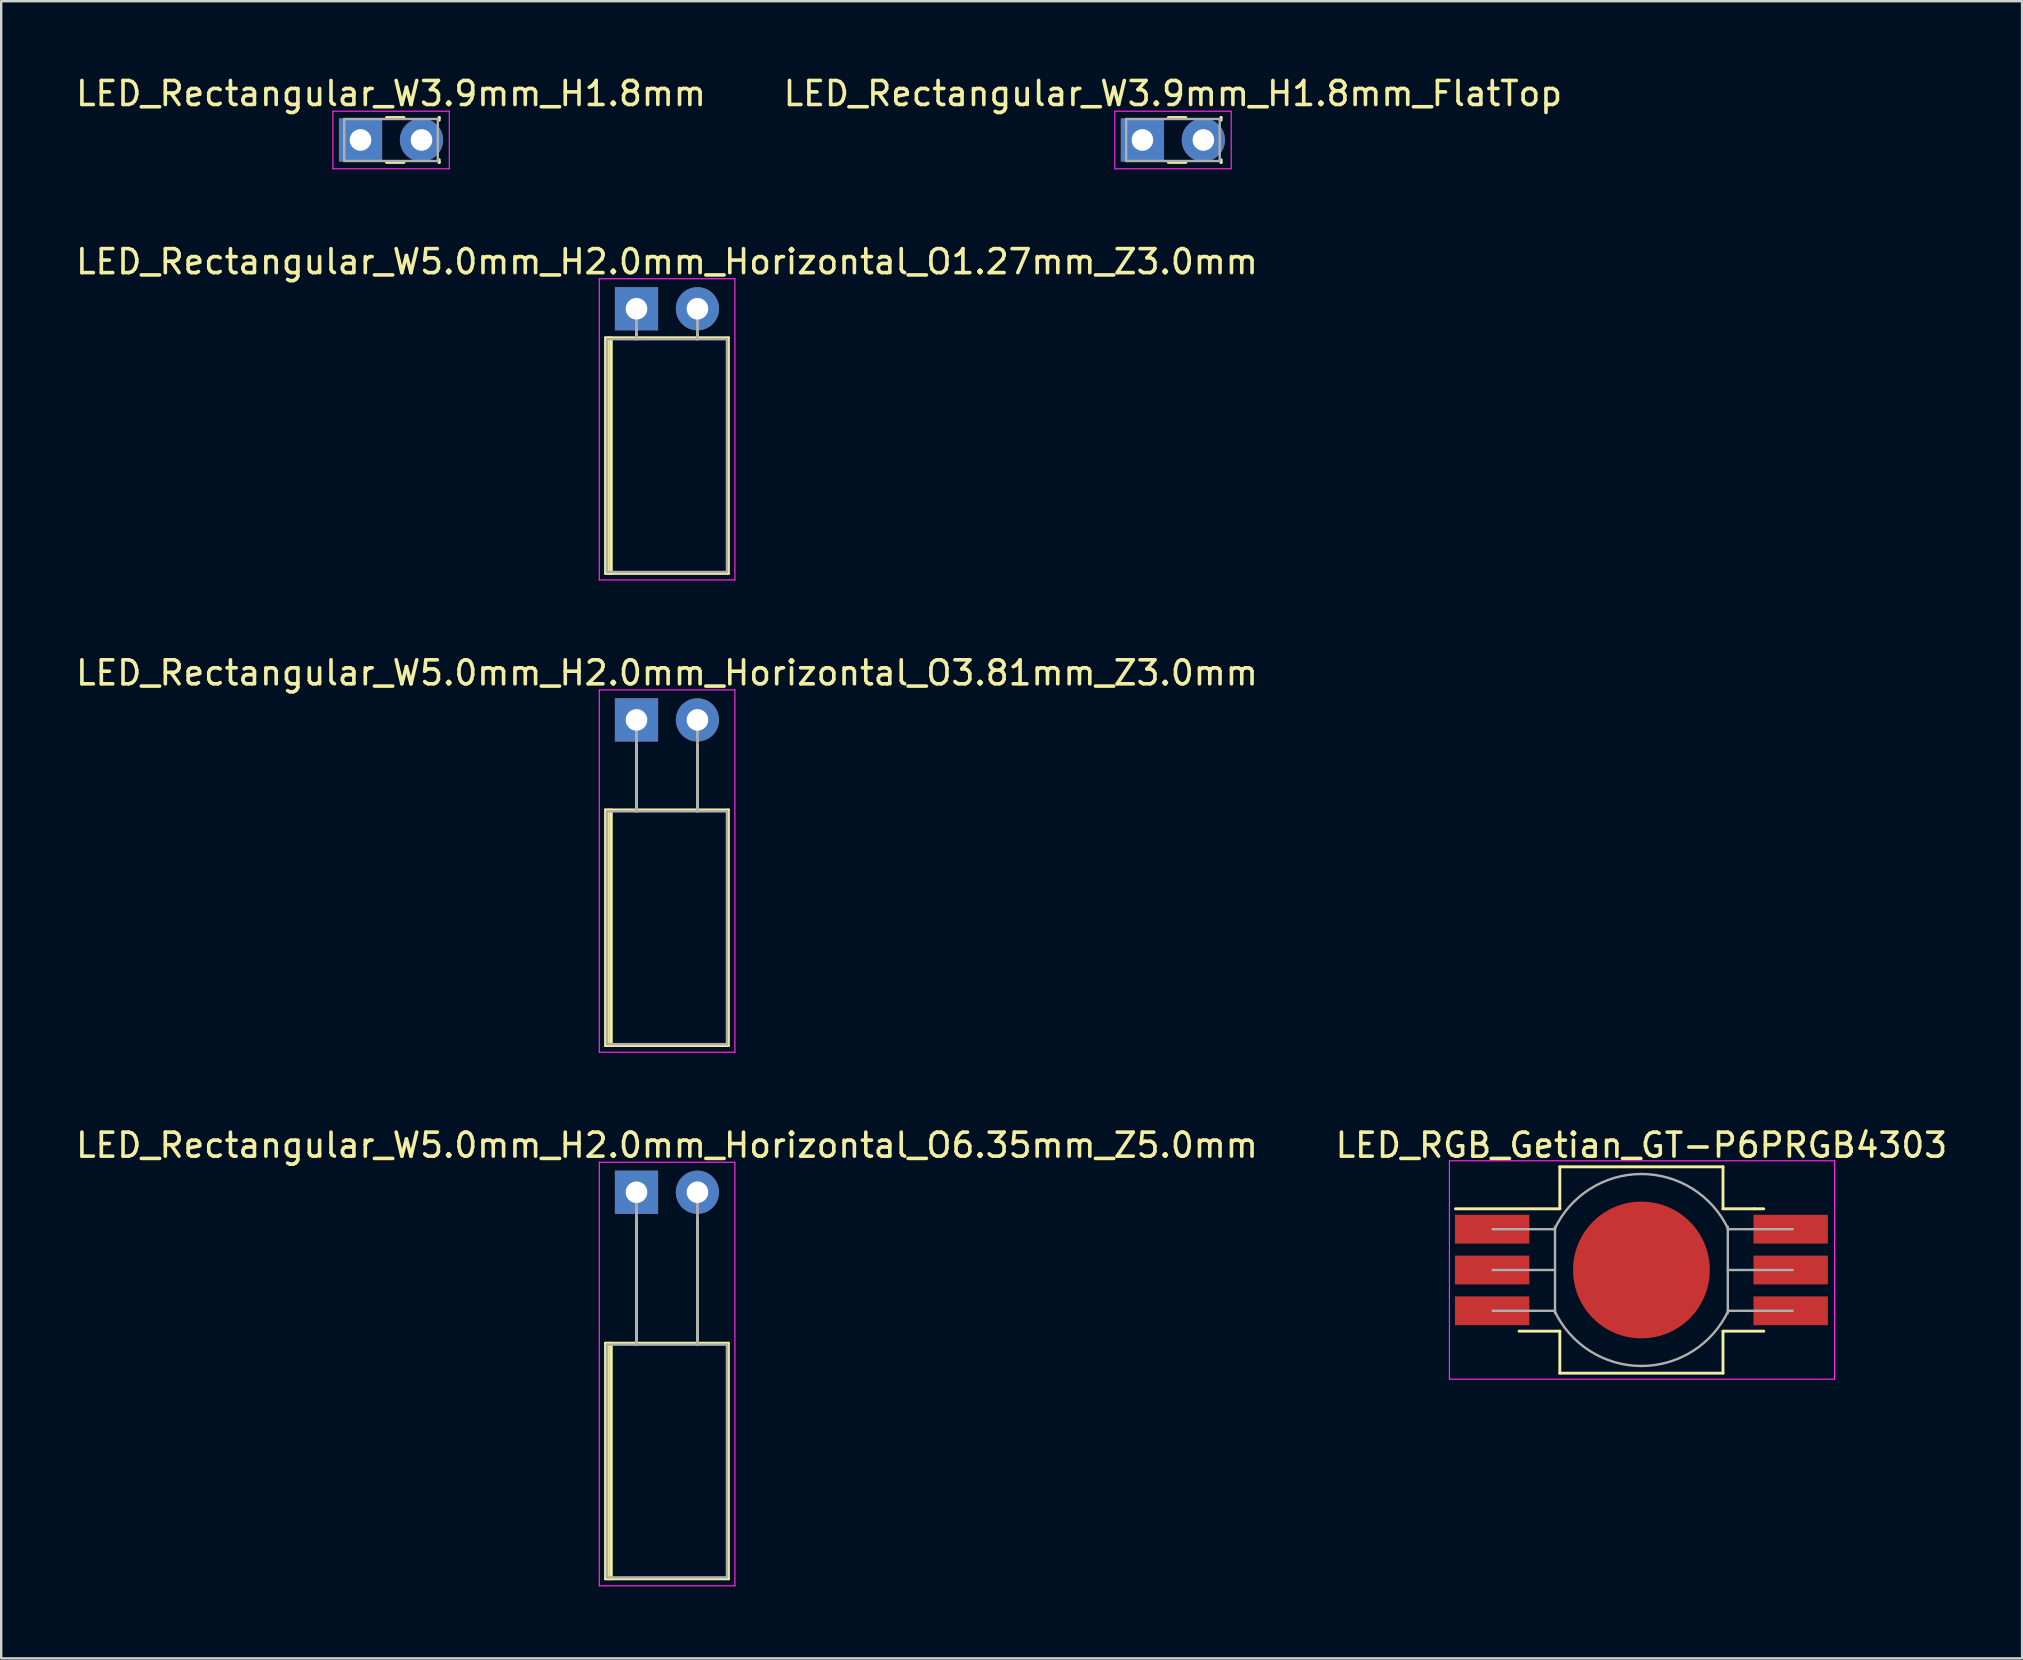
<source format=kicad_pcb>
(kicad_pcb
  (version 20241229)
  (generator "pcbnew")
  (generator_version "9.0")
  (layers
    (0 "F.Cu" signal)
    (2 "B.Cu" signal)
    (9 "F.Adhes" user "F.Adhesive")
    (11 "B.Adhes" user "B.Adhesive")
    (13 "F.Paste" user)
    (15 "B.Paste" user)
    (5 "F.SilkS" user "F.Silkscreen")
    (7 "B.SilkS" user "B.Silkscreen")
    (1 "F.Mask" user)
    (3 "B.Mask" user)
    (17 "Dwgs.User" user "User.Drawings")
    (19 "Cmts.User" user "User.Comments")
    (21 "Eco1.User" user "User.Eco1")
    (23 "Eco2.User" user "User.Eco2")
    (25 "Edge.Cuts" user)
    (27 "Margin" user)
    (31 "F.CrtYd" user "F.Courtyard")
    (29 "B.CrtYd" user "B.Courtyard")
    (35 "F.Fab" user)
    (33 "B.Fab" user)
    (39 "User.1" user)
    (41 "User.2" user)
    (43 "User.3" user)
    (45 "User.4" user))
  (footprint "LED_RGB_Getian_GT-P6PRGB4303"
    (layer "F.Cu")
    (at 65.351 49.873)
    (property "Reference" "LED_RGB_Getian_GT-P6PRGB4303" (at 0 -5.2 0) (layer "F.SilkS") (effects (font (size 1 1) (thickness 0.15))))
    (attr smd)
    (fp_line (start -7.75 -2.55) (end -3.4 -2.55) (stroke (width 0.12) (type solid)) (layer "F.SilkS"))
    (fp_line (start -5.1 2.55) (end -3.4 2.55) (stroke (width 0.12) (type solid)) (layer "F.SilkS"))
    (fp_line (start -3.4 -4.3) (end -3.4 -2.55) (stroke (width 0.12) (type solid)) (layer "F.SilkS"))
    (fp_line (start -3.4 2.55) (end -3.4 4.3) (stroke (width 0.12) (type solid)) (layer "F.SilkS"))
    (fp_line (start 3.4 -4.3) (end -3.4 -4.3) (stroke (width 0.12) (type solid)) (layer "F.SilkS"))
    (fp_line (start 3.4 -4.3) (end 3.4 -2.55) (stroke (width 0.12) (type solid)) (layer "F.SilkS"))
    (fp_line (start 3.4 -2.55) (end 4.7 -2.55) (stroke (width 0.12) (type solid)) (layer "F.SilkS"))
    (fp_line (start 3.4 2.55) (end 3.4 4.3) (stroke (width 0.12) (type solid)) (layer "F.SilkS"))
    (fp_line (start 3.4 4.3) (end -3.4 4.3) (stroke (width 0.12) (type solid)) (layer "F.SilkS"))
    (fp_line (start 4.7 -2.55) (end 5.1 -2.55) (stroke (width 0.12) (type solid)) (layer "F.SilkS"))
    (fp_line (start 5.1 2.55) (end 3.4 2.55) (stroke (width 0.12) (type solid)) (layer "F.SilkS"))
    (fp_line (start -8 -4.55) (end -8 4.55) (stroke (width 0.05) (type solid)) (layer "F.CrtYd"))
    (fp_line (start -8 -4.55) (end 8.05 -4.55) (stroke (width 0.05) (type solid)) (layer "F.CrtYd"))
    (fp_line (start -8 4.55) (end 8.05 4.55) (stroke (width 0.05) (type solid)) (layer "F.CrtYd"))
    (fp_line (start 8.05 -4.55) (end 8.05 4.55) (stroke (width 0.05) (type solid)) (layer "F.CrtYd"))
    (fp_line (start -6.2 0) (end -3.6 0) (stroke (width 0.1) (type solid)) (layer "F.Fab"))
    (fp_line (start -3.6 -1.7) (end -6.2 -1.7) (stroke (width 0.1) (type solid)) (layer "F.Fab"))
    (fp_line (start -3.6 1.7) (end -6.2 1.7) (stroke (width 0.1) (type solid)) (layer "F.Fab"))
    (fp_line (start -3.6 1.8) (end -3.6 -1.8) (stroke (width 0.1) (type solid)) (layer "F.Fab"))
    (fp_line (start 3.6 -1.8) (end 3.6 1.8) (stroke (width 0.1) (type solid)) (layer "F.Fab"))
    (fp_line (start 3.6 -1.7) (end 6.3 -1.7) (stroke (width 0.1) (type solid)) (layer "F.Fab"))
    (fp_line (start 3.6 1.7) (end 6.3 1.7) (stroke (width 0.1) (type solid)) (layer "F.Fab"))
    (fp_line (start 6.3 0) (end 3.6 0) (stroke (width 0.1) (type solid)) (layer "F.Fab"))
    (fp_arc (start -3.625231 -1.690473) (mid -2.149198 -3.373566) (end 0 -4) (stroke (width 0.1) (type solid)) (layer "F.Fab"))
    (fp_arc (start 0 -4) (mid 2.149198 -3.373566) (end 3.625231 -1.690473) (stroke (width 0.1) (type solid)) (layer "F.Fab"))
    (fp_arc (start 0 4) (mid -2.149198 3.373566) (end -3.625231 1.690473) (stroke (width 0.1) (type solid)) (layer "F.Fab"))
    (fp_arc (start 3.625231 1.690473) (mid 2.149198 3.373566) (end 0 4) (stroke (width 0.1) (type solid)) (layer "F.Fab"))
    (pad "1" smd rect (at -6.22 -1.7) (size 3.1 1.2) (layers "F.Cu" "F.Mask" "F.Paste"))
    (pad "2" smd rect (at -6.22 0) (size 3.1 1.2) (layers "F.Cu" "F.Mask" "F.Paste"))
    (pad "3" smd rect (at -6.22 1.7) (size 3.1 1.2) (layers "F.Cu" "F.Mask" "F.Paste"))
    (pad "4" smd rect (at 6.22 1.7 180) (size 3.1 1.2) (layers "F.Cu" "F.Mask" "F.Paste"))
    (pad "5" smd rect (at 6.22 0 180) (size 3.1 1.2) (layers "F.Cu" "F.Mask" "F.Paste"))
    (pad "6" smd rect (at 6.22 -1.7 180) (size 3.1 1.2) (layers "F.Cu" "F.Mask" "F.Paste"))
    (pad "PAD" smd circle (at 0 0) (size 5.7 5.7) (layers "F.Cu" "F.Mask" "F.Paste")))
  (footprint "LED_Rectangular_W3.9mm_H1.8mm"
    (layer "F.Cu")
    (at 11.974 2.783)
    (property "Reference" "LED_Rectangular_W3.9mm_H1.8mm" (at 1.27 -1.935 0) (layer "F.SilkS") (effects (font (size 1 1) (thickness 0.15))))
    (attr through_hole)
    (fp_line (start 1.08 -0.935) (end 1.811 -0.935) (stroke (width 0.12) (type solid)) (layer "F.SilkS"))
    (fp_line (start 1.08 0.935) (end 1.811 0.935) (stroke (width 0.12) (type solid)) (layer "F.SilkS"))
    (fp_line (start 3.27 -0.935) (end 3.28 -0.935) (stroke (width 0.12) (type solid)) (layer "F.SilkS"))
    (fp_line (start 3.27 0.935) (end 3.28 0.935) (stroke (width 0.12) (type solid)) (layer "F.SilkS"))
    (fp_line (start 3.28 -0.935) (end 3.28 -0.825) (stroke (width 0.12) (type solid)) (layer "F.SilkS"))
    (fp_line (start 3.28 0.825) (end 3.28 0.935) (stroke (width 0.12) (type solid)) (layer "F.SilkS"))
    (fp_line (start -1.15 -1.2) (end -1.15 1.2) (stroke (width 0.05) (type solid)) (layer "F.CrtYd"))
    (fp_line (start -1.15 1.2) (end 3.7 1.2) (stroke (width 0.05) (type solid)) (layer "F.CrtYd"))
    (fp_line (start 3.7 -1.2) (end -1.15 -1.2) (stroke (width 0.05) (type solid)) (layer "F.CrtYd"))
    (fp_line (start 3.7 1.2) (end 3.7 -1.2) (stroke (width 0.05) (type solid)) (layer "F.CrtYd"))
    (fp_line (start -0.68 -0.875) (end -0.68 0.875) (stroke (width 0.1) (type solid)) (layer "F.Fab"))
    (fp_line (start -0.68 0.875) (end 3.22 0.875) (stroke (width 0.1) (type solid)) (layer "F.Fab"))
    (fp_line (start 3.22 -0.875) (end -0.68 -0.875) (stroke (width 0.1) (type solid)) (layer "F.Fab"))
    (fp_line (start 3.22 0.875) (end 3.22 -0.875) (stroke (width 0.1) (type solid)) (layer "F.Fab"))
    (pad "1" thru_hole rect (at 0 0) (size 1.8 1.8) (drill 0.9) (layers "*.Cu" "*.Mask"))
    (pad "2" thru_hole circle (at 2.54 0) (size 1.8 1.8) (drill 0.9) (layers "*.Cu" "*.Mask")))
  (footprint "LED_Rectangular_W5.0mm_H2.0mm_Horizontal_O3.81mm_Z3.0mm"
    (layer "F.Cu")
    (at 23.474 26.95)
    (property "Reference" "LED_Rectangular_W5.0mm_H2.0mm_Horizontal_O3.81mm_Z3.0mm" (at 1.27 -1.96 0) (layer "F.SilkS") (effects (font (size 1 1) (thickness 0.15))))
    (attr through_hole)
    (fp_line (start -1.29 3.75) (end -1.29 13.57) (stroke (width 0.12) (type solid)) (layer "F.SilkS"))
    (fp_line (start -1.29 13.57) (end 3.83 13.57) (stroke (width 0.12) (type solid)) (layer "F.SilkS"))
    (fp_line (start -1.17 3.75) (end -1.17 13.57) (stroke (width 0.12) (type solid)) (layer "F.SilkS"))
    (fp_line (start -1.05 3.75) (end -1.05 13.57) (stroke (width 0.12) (type solid)) (layer "F.SilkS"))
    (fp_line (start 0 1.08) (end 0 1.08) (stroke (width 0.12) (type solid)) (layer "F.SilkS"))
    (fp_line (start 0 1.08) (end 0 3.75) (stroke (width 0.12) (type solid)) (layer "F.SilkS"))
    (fp_line (start 0 3.75) (end 0 1.08) (stroke (width 0.12) (type solid)) (layer "F.SilkS"))
    (fp_line (start 0 3.75) (end 0 3.75) (stroke (width 0.12) (type solid)) (layer "F.SilkS"))
    (fp_line (start 2.54 1.08) (end 2.54 1.08) (stroke (width 0.12) (type solid)) (layer "F.SilkS"))
    (fp_line (start 2.54 1.08) (end 2.54 3.75) (stroke (width 0.12) (type solid)) (layer "F.SilkS"))
    (fp_line (start 2.54 3.75) (end 2.54 1.08) (stroke (width 0.12) (type solid)) (layer "F.SilkS"))
    (fp_line (start 2.54 3.75) (end 2.54 3.75) (stroke (width 0.12) (type solid)) (layer "F.SilkS"))
    (fp_line (start 3.83 3.75) (end -1.29 3.75) (stroke (width 0.12) (type solid)) (layer "F.SilkS"))
    (fp_line (start 3.83 13.57) (end 3.83 3.75) (stroke (width 0.12) (type solid)) (layer "F.SilkS"))
    (fp_line (start -1.55 -1.25) (end -1.55 13.85) (stroke (width 0.05) (type solid)) (layer "F.CrtYd"))
    (fp_line (start -1.55 13.85) (end 4.1 13.85) (stroke (width 0.05) (type solid)) (layer "F.CrtYd"))
    (fp_line (start 4.1 -1.25) (end -1.55 -1.25) (stroke (width 0.05) (type solid)) (layer "F.CrtYd"))
    (fp_line (start 4.1 13.85) (end 4.1 -1.25) (stroke (width 0.05) (type solid)) (layer "F.CrtYd"))
    (fp_line (start -1.23 3.81) (end -1.23 13.51) (stroke (width 0.1) (type solid)) (layer "F.Fab"))
    (fp_line (start -1.23 13.51) (end 3.77 13.51) (stroke (width 0.1) (type solid)) (layer "F.Fab"))
    (fp_line (start 0 0) (end 0 0) (stroke (width 0.1) (type solid)) (layer "F.Fab"))
    (fp_line (start 0 0) (end 0 3.81) (stroke (width 0.1) (type solid)) (layer "F.Fab"))
    (fp_line (start 0 3.81) (end 0 0) (stroke (width 0.1) (type solid)) (layer "F.Fab"))
    (fp_line (start 0 3.81) (end 0 3.81) (stroke (width 0.1) (type solid)) (layer "F.Fab"))
    (fp_line (start 2.54 0) (end 2.54 0) (stroke (width 0.1) (type solid)) (layer "F.Fab"))
    (fp_line (start 2.54 0) (end 2.54 3.81) (stroke (width 0.1) (type solid)) (layer "F.Fab"))
    (fp_line (start 2.54 3.81) (end 2.54 0) (stroke (width 0.1) (type solid)) (layer "F.Fab"))
    (fp_line (start 2.54 3.81) (end 2.54 3.81) (stroke (width 0.1) (type solid)) (layer "F.Fab"))
    (fp_line (start 3.77 3.81) (end -1.23 3.81) (stroke (width 0.1) (type solid)) (layer "F.Fab"))
    (fp_line (start 3.77 13.51) (end 3.77 3.81) (stroke (width 0.1) (type solid)) (layer "F.Fab"))
    (pad "1" thru_hole rect (at 0 0) (size 1.8 1.8) (drill 0.9) (layers "*.Cu" "*.Mask"))
    (pad "2" thru_hole circle (at 2.54 0) (size 1.8 1.8) (drill 0.9) (layers "*.Cu" "*.Mask")))
  (footprint "LED_Rectangular_W3.9mm_H1.8mm_FlatTop"
    (layer "F.Cu")
    (at 44.557 2.783)
    (property "Reference" "LED_Rectangular_W3.9mm_H1.8mm_FlatTop" (at 1.27 -1.935 0) (layer "F.SilkS") (effects (font (size 1 1) (thickness 0.15))))
    (attr through_hole)
    (fp_line (start 1.08 -0.935) (end 1.811 -0.935) (stroke (width 0.12) (type solid)) (layer "F.SilkS"))
    (fp_line (start 1.08 0.935) (end 1.811 0.935) (stroke (width 0.12) (type solid)) (layer "F.SilkS"))
    (fp_line (start 3.27 -0.935) (end 3.28 -0.935) (stroke (width 0.12) (type solid)) (layer "F.SilkS"))
    (fp_line (start 3.27 0.935) (end 3.28 0.935) (stroke (width 0.12) (type solid)) (layer "F.SilkS"))
    (fp_line (start 3.28 -0.935) (end 3.28 -0.825) (stroke (width 0.12) (type solid)) (layer "F.SilkS"))
    (fp_line (start 3.28 0.825) (end 3.28 0.935) (stroke (width 0.12) (type solid)) (layer "F.SilkS"))
    (fp_line (start -1.15 -1.2) (end -1.15 1.2) (stroke (width 0.05) (type solid)) (layer "F.CrtYd"))
    (fp_line (start -1.15 1.2) (end 3.7 1.2) (stroke (width 0.05) (type solid)) (layer "F.CrtYd"))
    (fp_line (start 3.7 -1.2) (end -1.15 -1.2) (stroke (width 0.05) (type solid)) (layer "F.CrtYd"))
    (fp_line (start 3.7 1.2) (end 3.7 -1.2) (stroke (width 0.05) (type solid)) (layer "F.CrtYd"))
    (fp_line (start -0.68 -0.875) (end -0.68 0.875) (stroke (width 0.1) (type solid)) (layer "F.Fab"))
    (fp_line (start -0.68 0.875) (end 3.22 0.875) (stroke (width 0.1) (type solid)) (layer "F.Fab"))
    (fp_line (start 3.22 -0.875) (end -0.68 -0.875) (stroke (width 0.1) (type solid)) (layer "F.Fab"))
    (fp_line (start 3.22 0.875) (end 3.22 -0.875) (stroke (width 0.1) (type solid)) (layer "F.Fab"))
    (pad "1" thru_hole rect (at 0 0) (size 1.8 1.8) (drill 0.9) (layers "*.Cu" "*.Mask"))
    (pad "2" thru_hole circle (at 2.54 0) (size 1.8 1.8) (drill 0.9) (layers "*.Cu" "*.Mask")))
  (footprint "LED_Rectangular_W5.0mm_H2.0mm_Horizontal_O6.35mm_Z5.0mm"
    (layer "F.Cu")
    (at 23.474 46.633)
    (property "Reference" "LED_Rectangular_W5.0mm_H2.0mm_Horizontal_O6.35mm_Z5.0mm" (at 1.27 -1.96 0) (layer "F.SilkS") (effects (font (size 1 1) (thickness 0.15))))
    (attr through_hole)
    (fp_line (start -1.29 6.29) (end -1.29 16.11) (stroke (width 0.12) (type solid)) (layer "F.SilkS"))
    (fp_line (start -1.29 16.11) (end 3.83 16.11) (stroke (width 0.12) (type solid)) (layer "F.SilkS"))
    (fp_line (start -1.17 6.29) (end -1.17 16.11) (stroke (width 0.12) (type solid)) (layer "F.SilkS"))
    (fp_line (start -1.05 6.29) (end -1.05 16.11) (stroke (width 0.12) (type solid)) (layer "F.SilkS"))
    (fp_line (start 0 1.08) (end 0 1.08) (stroke (width 0.12) (type solid)) (layer "F.SilkS"))
    (fp_line (start 0 1.08) (end 0 6.29) (stroke (width 0.12) (type solid)) (layer "F.SilkS"))
    (fp_line (start 0 6.29) (end 0 1.08) (stroke (width 0.12) (type solid)) (layer "F.SilkS"))
    (fp_line (start 0 6.29) (end 0 6.29) (stroke (width 0.12) (type solid)) (layer "F.SilkS"))
    (fp_line (start 2.54 1.08) (end 2.54 1.08) (stroke (width 0.12) (type solid)) (layer "F.SilkS"))
    (fp_line (start 2.54 1.08) (end 2.54 6.29) (stroke (width 0.12) (type solid)) (layer "F.SilkS"))
    (fp_line (start 2.54 6.29) (end 2.54 1.08) (stroke (width 0.12) (type solid)) (layer "F.SilkS"))
    (fp_line (start 2.54 6.29) (end 2.54 6.29) (stroke (width 0.12) (type solid)) (layer "F.SilkS"))
    (fp_line (start 3.83 6.29) (end -1.29 6.29) (stroke (width 0.12) (type solid)) (layer "F.SilkS"))
    (fp_line (start 3.83 16.11) (end 3.83 6.29) (stroke (width 0.12) (type solid)) (layer "F.SilkS"))
    (fp_line (start -1.55 -1.25) (end -1.55 16.4) (stroke (width 0.05) (type solid)) (layer "F.CrtYd"))
    (fp_line (start -1.55 16.4) (end 4.1 16.4) (stroke (width 0.05) (type solid)) (layer "F.CrtYd"))
    (fp_line (start 4.1 -1.25) (end -1.55 -1.25) (stroke (width 0.05) (type solid)) (layer "F.CrtYd"))
    (fp_line (start 4.1 16.4) (end 4.1 -1.25) (stroke (width 0.05) (type solid)) (layer "F.CrtYd"))
    (fp_line (start -1.23 6.35) (end -1.23 16.05) (stroke (width 0.1) (type solid)) (layer "F.Fab"))
    (fp_line (start -1.23 16.05) (end 3.77 16.05) (stroke (width 0.1) (type solid)) (layer "F.Fab"))
    (fp_line (start 0 0) (end 0 0) (stroke (width 0.1) (type solid)) (layer "F.Fab"))
    (fp_line (start 0 0) (end 0 6.35) (stroke (width 0.1) (type solid)) (layer "F.Fab"))
    (fp_line (start 0 6.35) (end 0 0) (stroke (width 0.1) (type solid)) (layer "F.Fab"))
    (fp_line (start 0 6.35) (end 0 6.35) (stroke (width 0.1) (type solid)) (layer "F.Fab"))
    (fp_line (start 2.54 0) (end 2.54 0) (stroke (width 0.1) (type solid)) (layer "F.Fab"))
    (fp_line (start 2.54 0) (end 2.54 6.35) (stroke (width 0.1) (type solid)) (layer "F.Fab"))
    (fp_line (start 2.54 6.35) (end 2.54 0) (stroke (width 0.1) (type solid)) (layer "F.Fab"))
    (fp_line (start 2.54 6.35) (end 2.54 6.35) (stroke (width 0.1) (type solid)) (layer "F.Fab"))
    (fp_line (start 3.77 6.35) (end -1.23 6.35) (stroke (width 0.1) (type solid)) (layer "F.Fab"))
    (fp_line (start 3.77 16.05) (end 3.77 6.35) (stroke (width 0.1) (type solid)) (layer "F.Fab"))
    (pad "1" thru_hole rect (at 0 0) (size 1.8 1.8) (drill 0.9) (layers "*.Cu" "*.Mask"))
    (pad "2" thru_hole circle (at 2.54 0) (size 1.8 1.8) (drill 0.9) (layers "*.Cu" "*.Mask")))
  (footprint "LED_Rectangular_W5.0mm_H2.0mm_Horizontal_O1.27mm_Z3.0mm"
    (layer "F.Cu")
    (at 23.474 9.816)
    (property "Reference" "LED_Rectangular_W5.0mm_H2.0mm_Horizontal_O1.27mm_Z3.0mm" (at 1.27 -1.96 0) (layer "F.SilkS") (effects (font (size 1 1) (thickness 0.15))))
    (attr through_hole)
    (fp_line (start -1.29 1.21) (end -1.29 11.03) (stroke (width 0.12) (type solid)) (layer "F.SilkS"))
    (fp_line (start -1.29 11.03) (end 3.83 11.03) (stroke (width 0.12) (type solid)) (layer "F.SilkS"))
    (fp_line (start -1.17 1.21) (end -1.17 11.03) (stroke (width 0.12) (type solid)) (layer "F.SilkS"))
    (fp_line (start -1.05 1.21) (end -1.05 11.03) (stroke (width 0.12) (type solid)) (layer "F.SilkS"))
    (fp_line (start 0 1.08) (end 0 1.08) (stroke (width 0.12) (type solid)) (layer "F.SilkS"))
    (fp_line (start 0 1.08) (end 0 1.21) (stroke (width 0.12) (type solid)) (layer "F.SilkS"))
    (fp_line (start 0 1.21) (end 0 1.08) (stroke (width 0.12) (type solid)) (layer "F.SilkS"))
    (fp_line (start 0 1.21) (end 0 1.21) (stroke (width 0.12) (type solid)) (layer "F.SilkS"))
    (fp_line (start 2.54 1.08) (end 2.54 1.08) (stroke (width 0.12) (type solid)) (layer "F.SilkS"))
    (fp_line (start 2.54 1.08) (end 2.54 1.21) (stroke (width 0.12) (type solid)) (layer "F.SilkS"))
    (fp_line (start 2.54 1.21) (end 2.54 1.08) (stroke (width 0.12) (type solid)) (layer "F.SilkS"))
    (fp_line (start 2.54 1.21) (end 2.54 1.21) (stroke (width 0.12) (type solid)) (layer "F.SilkS"))
    (fp_line (start 3.83 1.21) (end -1.29 1.21) (stroke (width 0.12) (type solid)) (layer "F.SilkS"))
    (fp_line (start 3.83 11.03) (end 3.83 1.21) (stroke (width 0.12) (type solid)) (layer "F.SilkS"))
    (fp_line (start -1.55 -1.25) (end -1.55 11.3) (stroke (width 0.05) (type solid)) (layer "F.CrtYd"))
    (fp_line (start -1.55 11.3) (end 4.1 11.3) (stroke (width 0.05) (type solid)) (layer "F.CrtYd"))
    (fp_line (start 4.1 -1.25) (end -1.55 -1.25) (stroke (width 0.05) (type solid)) (layer "F.CrtYd"))
    (fp_line (start 4.1 11.3) (end 4.1 -1.25) (stroke (width 0.05) (type solid)) (layer "F.CrtYd"))
    (fp_line (start -1.23 1.27) (end -1.23 10.97) (stroke (width 0.1) (type solid)) (layer "F.Fab"))
    (fp_line (start -1.23 10.97) (end 3.77 10.97) (stroke (width 0.1) (type solid)) (layer "F.Fab"))
    (fp_line (start 0 0) (end 0 0) (stroke (width 0.1) (type solid)) (layer "F.Fab"))
    (fp_line (start 0 0) (end 0 1.27) (stroke (width 0.1) (type solid)) (layer "F.Fab"))
    (fp_line (start 0 1.27) (end 0 0) (stroke (width 0.1) (type solid)) (layer "F.Fab"))
    (fp_line (start 0 1.27) (end 0 1.27) (stroke (width 0.1) (type solid)) (layer "F.Fab"))
    (fp_line (start 2.54 0) (end 2.54 0) (stroke (width 0.1) (type solid)) (layer "F.Fab"))
    (fp_line (start 2.54 0) (end 2.54 1.27) (stroke (width 0.1) (type solid)) (layer "F.Fab"))
    (fp_line (start 2.54 1.27) (end 2.54 0) (stroke (width 0.1) (type solid)) (layer "F.Fab"))
    (fp_line (start 2.54 1.27) (end 2.54 1.27) (stroke (width 0.1) (type solid)) (layer "F.Fab"))
    (fp_line (start 3.77 1.27) (end -1.23 1.27) (stroke (width 0.1) (type solid)) (layer "F.Fab"))
    (fp_line (start 3.77 10.97) (end 3.77 1.27) (stroke (width 0.1) (type solid)) (layer "F.Fab"))
    (pad "1" thru_hole rect (at 0 0) (size 1.8 1.8) (drill 0.9) (layers "*.Cu" "*.Mask"))
    (pad "2" thru_hole circle (at 2.54 0) (size 1.8 1.8) (drill 0.9) (layers "*.Cu" "*.Mask")))
  (gr_rect
    (start -3 -3)
    (end 81.214 66.058)
    (stroke (width 0.1) (type default))
    (fill no)
    (layer "Edge.Cuts")))
</source>
